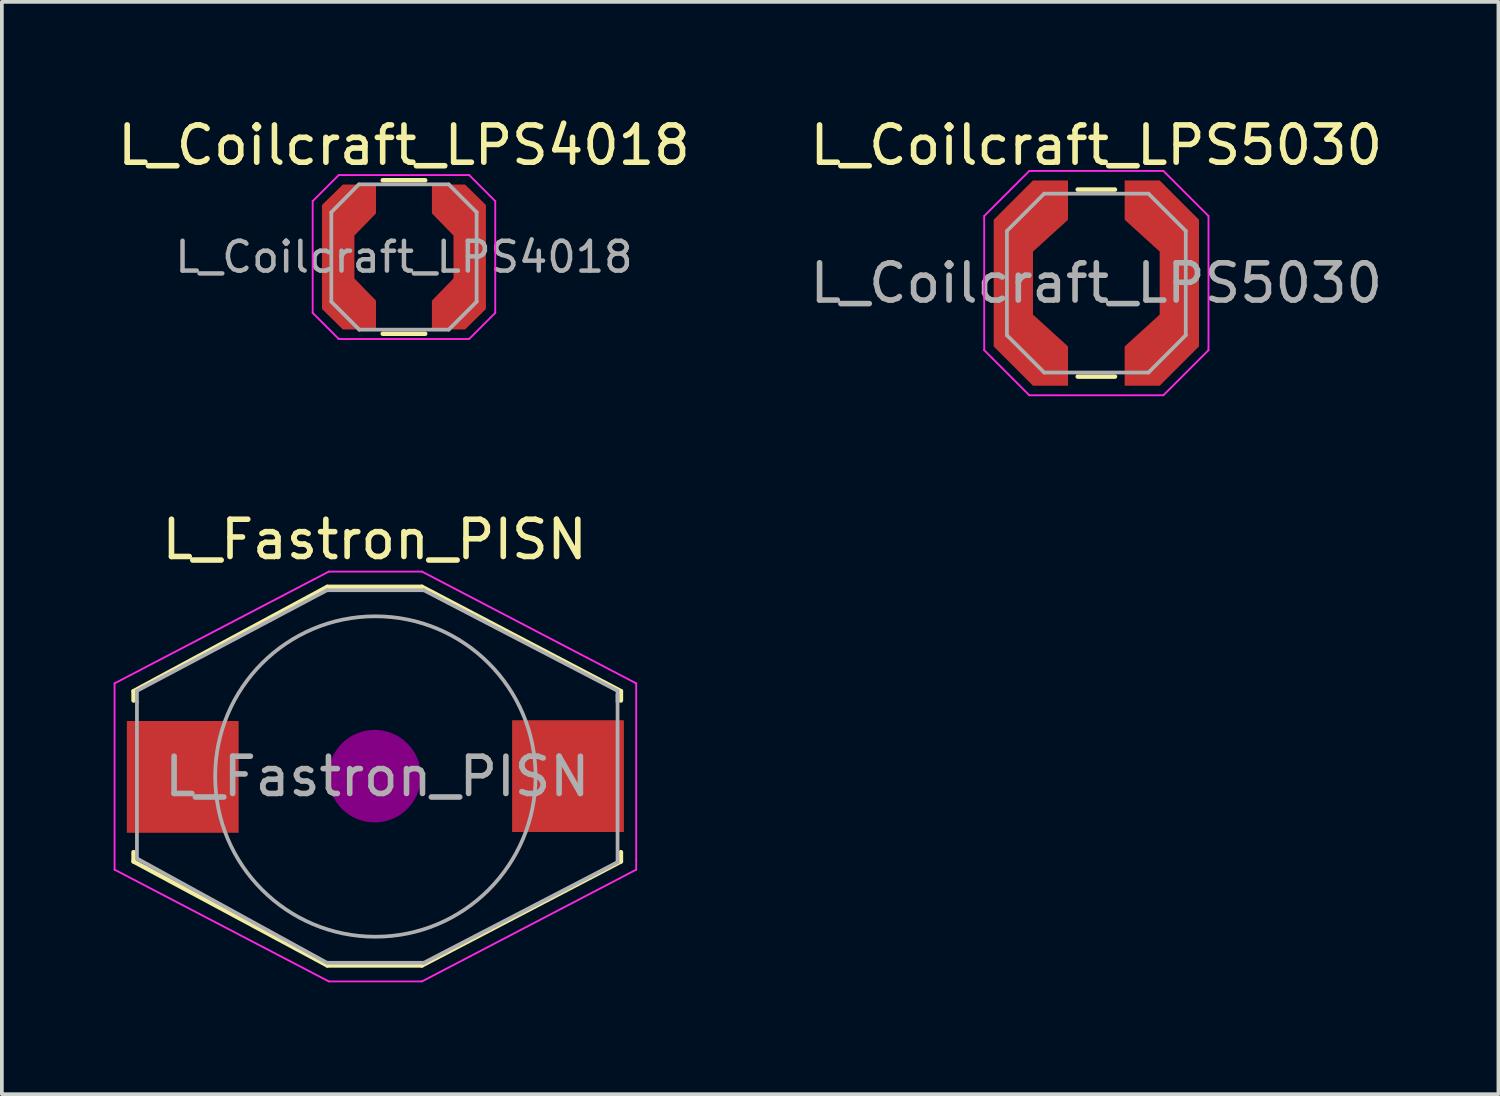
<source format=kicad_pcb>
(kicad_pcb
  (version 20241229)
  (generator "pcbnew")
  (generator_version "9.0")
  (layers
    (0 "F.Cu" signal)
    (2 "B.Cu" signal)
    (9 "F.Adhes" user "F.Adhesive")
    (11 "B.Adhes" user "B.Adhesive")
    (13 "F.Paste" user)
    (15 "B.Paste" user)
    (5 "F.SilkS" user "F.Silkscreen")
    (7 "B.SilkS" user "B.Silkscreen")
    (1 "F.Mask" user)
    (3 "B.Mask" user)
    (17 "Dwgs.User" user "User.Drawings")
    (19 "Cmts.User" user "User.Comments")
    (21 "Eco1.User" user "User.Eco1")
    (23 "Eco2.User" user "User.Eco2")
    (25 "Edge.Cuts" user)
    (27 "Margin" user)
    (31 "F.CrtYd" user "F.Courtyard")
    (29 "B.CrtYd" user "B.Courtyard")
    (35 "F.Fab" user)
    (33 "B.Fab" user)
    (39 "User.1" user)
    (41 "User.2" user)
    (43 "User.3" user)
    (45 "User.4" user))
  (footprint "L_Coilcraft_LPS5030"
    (layer "F.Cu")
    (at 26.375 4.548)
    (property "Reference" "L_Coilcraft_LPS5030" (at 0 -3.7 0) (layer "F.SilkS") (effects (font (size 1 1) (thickness 0.15))))
    (attr smd)
    (fp_line (start -0.5 -2.51) (end 0.5 -2.51) (stroke (width 0.12) (type solid)) (layer "F.SilkS"))
    (fp_line (start -0.5 2.51) (end 0.5 2.51) (stroke (width 0.12) (type solid)) (layer "F.SilkS"))
    (fp_line (start -3.01 -1.8) (end -1.8 -3.01) (stroke (width 0.05) (type solid)) (layer "F.CrtYd"))
    (fp_line (start -3.01 1.8) (end -3.01 -1.8) (stroke (width 0.05) (type solid)) (layer "F.CrtYd"))
    (fp_line (start -1.8 -3.01) (end 1.8 -3.01) (stroke (width 0.05) (type solid)) (layer "F.CrtYd"))
    (fp_line (start -1.8 3.01) (end -3.01 1.8) (stroke (width 0.05) (type solid)) (layer "F.CrtYd"))
    (fp_line (start 1.8 -3.01) (end 3.01 -1.8) (stroke (width 0.05) (type solid)) (layer "F.CrtYd"))
    (fp_line (start 1.8 3.01) (end -1.8 3.01) (stroke (width 0.05) (type solid)) (layer "F.CrtYd"))
    (fp_line (start 3.01 -1.8) (end 3.01 1.8) (stroke (width 0.05) (type solid)) (layer "F.CrtYd"))
    (fp_line (start 3.01 1.8) (end 1.8 3.01) (stroke (width 0.05) (type solid)) (layer "F.CrtYd"))
    (fp_line (start -2.4 -1.4) (end -1.4 -2.4) (stroke (width 0.1) (type solid)) (layer "F.Fab"))
    (fp_line (start -2.4 1.4) (end -2.4 -1.4) (stroke (width 0.1) (type solid)) (layer "F.Fab"))
    (fp_line (start -2.4 1.4) (end -1.4 2.4) (stroke (width 0.1) (type solid)) (layer "F.Fab"))
    (fp_line (start -1.4 -2.4) (end 1.4 -2.4) (stroke (width 0.1) (type solid)) (layer "F.Fab"))
    (fp_line (start 1.4 -2.4) (end 2.4 -1.4) (stroke (width 0.1) (type solid)) (layer "F.Fab"))
    (fp_line (start 1.4 2.4) (end -1.4 2.4) (stroke (width 0.1) (type solid)) (layer "F.Fab"))
    (fp_line (start 2.4 -1.4) (end 2.4 1.4) (stroke (width 0.1) (type solid)) (layer "F.Fab"))
    (fp_line (start 2.4 1.4) (end 1.4 2.4) (stroke (width 0.1) (type solid)) (layer "F.Fab"))
    (fp_text user "${REFERENCE}" (at 0 0 0) (layer "F.Fab") (effects (font (size 1 1) (thickness 0.15))))
    (pad "1" smd custom (at -2.228 0) (size 1.055 3.4) (layers "F.Cu" "F.Mask" "F.Paste") (options (anchor rect)) (primitives (gr_poly (pts (xy 1.468 -1.7) (xy 0.527 -0.845) (xy 0.527 0.845) (xy 1.468 1.7) (xy 1.468 2.755) (xy 0.527 2.755) (xy -0.527 1.7) (xy -0.527 -1.7) (xy 0.527 -2.755) (xy 1.468 -2.755)) (width 0) (fill yes))))
    (pad "2" smd custom (at 2.228 0) (size 1.055 3.4) (layers "F.Cu" "F.Mask" "F.Paste") (options (anchor rect)) (primitives (gr_poly (pts (xy -1.468 -1.7) (xy -0.527 -0.845) (xy -0.527 0.845) (xy -1.468 1.7) (xy -1.468 2.755) (xy -0.527 2.755) (xy 0.527 1.7) (xy 0.527 -1.7) (xy -0.527 -2.755) (xy -1.468 -2.755)) (width 0) (fill yes)))))
  (footprint "L_Fastron_PISN"
    (layer "F.Cu")
    (at 7.025 17.791)
    (property "Reference" "L_Fastron_PISN" (at -0.02 -6.36 0) (layer "F.SilkS") (effects (font (size 1 1) (thickness 0.15))))
    (attr smd)
    (fp_line (start -6.49 -2.29) (end -6.49 -2.04) (stroke (width 0.12) (type solid)) (layer "F.SilkS"))
    (fp_line (start -6.49 2.28) (end -6.49 2.03) (stroke (width 0.12) (type solid)) (layer "F.SilkS"))
    (fp_line (start -1.29 -5.09) (end -6.49 -2.29) (stroke (width 0.12) (type solid)) (layer "F.SilkS"))
    (fp_line (start -1.29 -5.09) (end 1.25 -5.09) (stroke (width 0.12) (type solid)) (layer "F.SilkS"))
    (fp_line (start -1.29 5.07) (end -6.49 2.28) (stroke (width 0.12) (type solid)) (layer "F.SilkS"))
    (fp_line (start -1.29 5.07) (end 1.25 5.07) (stroke (width 0.12) (type solid)) (layer "F.SilkS"))
    (fp_line (start 1.25 -5.09) (end 6.59 -2.29) (stroke (width 0.12) (type solid)) (layer "F.SilkS"))
    (fp_line (start 1.25 5.07) (end 6.59 2.28) (stroke (width 0.12) (type solid)) (layer "F.SilkS"))
    (fp_line (start 6.59 -2.29) (end 6.59 -2.04) (stroke (width 0.12) (type solid)) (layer "F.SilkS"))
    (fp_line (start 6.59 2.28) (end 6.59 2.03) (stroke (width 0.12) (type solid)) (layer "F.SilkS"))
    (fp_line (start -0.02 -0.26) (end -0.02 0.25) (stroke (width 0.38) (type solid)) (layer "F.Adhes"))
    (fp_circle (center -0.02 -0.01) (end -0.02 0.5) (stroke (width 0.38) (type solid)) (fill no) (layer "F.Adhes"))
    (fp_circle (center -0.02 -0.01) (end 0.24 -0.01) (stroke (width 0.38) (type solid)) (fill no) (layer "F.Adhes"))
    (fp_circle (center -0.02 -0.01) (end 0.24 0.76) (stroke (width 0.38) (type solid)) (fill no) (layer "F.Adhes"))
    (fp_circle (center -0.02 -0.01) (end 0.24 1.01) (stroke (width 0.38) (type solid)) (fill no) (layer "F.Adhes"))
    (fp_line (start -7 -2.5) (end -1.25 -5.5) (stroke (width 0.05) (type solid)) (layer "F.CrtYd"))
    (fp_line (start -7 2.5) (end -7 -2.5) (stroke (width 0.05) (type solid)) (layer "F.CrtYd"))
    (fp_line (start -1.25 -5.5) (end 1.25 -5.5) (stroke (width 0.05) (type solid)) (layer "F.CrtYd"))
    (fp_line (start -1.25 5.5) (end -7 2.5) (stroke (width 0.05) (type solid)) (layer "F.CrtYd"))
    (fp_line (start 1.25 -5.5) (end 7 -2.5) (stroke (width 0.05) (type solid)) (layer "F.CrtYd"))
    (fp_line (start 1.25 5.5) (end -1.25 5.5) (stroke (width 0.05) (type solid)) (layer "F.CrtYd"))
    (fp_line (start 7 -2.5) (end 7 2.25) (stroke (width 0.05) (type solid)) (layer "F.CrtYd"))
    (fp_line (start 7 2.25) (end 7 2.5) (stroke (width 0.05) (type solid)) (layer "F.CrtYd"))
    (fp_line (start 7 2.5) (end 1.25 5.5) (stroke (width 0.05) (type solid)) (layer "F.CrtYd"))
    (fp_line (start -6.4 -2.3) (end -1.3 -5) (stroke (width 0.1) (type solid)) (layer "F.Fab"))
    (fp_line (start -6.4 -2) (end -6.4 -2.3) (stroke (width 0.1) (type solid)) (layer "F.Fab"))
    (fp_line (start -6.4 -2) (end -6.4 2.2) (stroke (width 0.1) (type solid)) (layer "F.Fab"))
    (fp_line (start -6.4 2.2) (end -1.3 5) (stroke (width 0.1) (type solid)) (layer "F.Fab"))
    (fp_line (start -1.3 -5) (end 1.3 -5) (stroke (width 0.1) (type solid)) (layer "F.Fab"))
    (fp_line (start -1.3 5) (end 1.3 5) (stroke (width 0.1) (type solid)) (layer "F.Fab"))
    (fp_line (start 1.3 -5) (end 6.5 -2.3) (stroke (width 0.1) (type solid)) (layer "F.Fab"))
    (fp_line (start 1.3 5) (end 6.5 2.3) (stroke (width 0.1) (type solid)) (layer "F.Fab"))
    (fp_line (start 6.5 -2.3) (end 6.5 -2) (stroke (width 0.1) (type solid)) (layer "F.Fab"))
    (fp_line (start 6.5 2.3) (end 6.5 -2.2) (stroke (width 0.1) (type solid)) (layer "F.Fab"))
    (fp_circle (center 0 0) (end 0 -4.3) (stroke (width 0.1) (type solid)) (fill no) (layer "F.Fab"))
    (fp_text user "${REFERENCE}" (at 0.05 0 0) (layer "F.Fab") (effects (font (size 1 1) (thickness 0.15))))
    (pad "1" smd rect (at 5.17 -0.01) (size 3 3) (layers "F.Cu" "F.Mask" "F.Paste"))
    (pad "2" smd rect (at -5.17 0.01) (size 3 3) (layers "F.Cu" "F.Mask" "F.Paste")))
  (footprint "L_Coilcraft_LPS4018"
    (layer "F.Cu")
    (at 7.792 3.848)
    (property "Reference" "L_Coilcraft_LPS4018" (at 0 -3 0) (layer "F.SilkS") (effects (font (size 1 1) (thickness 0.15))))
    (attr smd)
    (fp_line (start -0.57 -2.06) (end 0.57 -2.06) (stroke (width 0.12) (type solid)) (layer "F.SilkS"))
    (fp_line (start -0.57 2.06) (end 0.57 2.06) (stroke (width 0.12) (type solid)) (layer "F.SilkS"))
    (fp_line (start -2.45 -1.5) (end -2.45 1.5) (stroke (width 0.05) (type solid)) (layer "F.CrtYd"))
    (fp_line (start -1.75 -2.2) (end -2.45 -1.5) (stroke (width 0.05) (type solid)) (layer "F.CrtYd"))
    (fp_line (start -1.75 -2.2) (end 1.75 -2.2) (stroke (width 0.05) (type solid)) (layer "F.CrtYd"))
    (fp_line (start -1.75 2.2) (end -2.45 1.5) (stroke (width 0.05) (type solid)) (layer "F.CrtYd"))
    (fp_line (start -1.75 2.2) (end 1.75 2.2) (stroke (width 0.05) (type solid)) (layer "F.CrtYd"))
    (fp_line (start 1.75 -2.2) (end 2.45 -1.5) (stroke (width 0.05) (type solid)) (layer "F.CrtYd"))
    (fp_line (start 1.75 2.2) (end 2.45 1.5) (stroke (width 0.05) (type solid)) (layer "F.CrtYd"))
    (fp_line (start 2.45 -1.5) (end 2.45 1.5) (stroke (width 0.05) (type solid)) (layer "F.CrtYd"))
    (fp_line (start -1.95 -1.2) (end -1.21 -1.95) (stroke (width 0.1) (type solid)) (layer "F.Fab"))
    (fp_line (start -1.95 1.2) (end -1.95 -1.2) (stroke (width 0.1) (type solid)) (layer "F.Fab"))
    (fp_line (start -1.95 1.2) (end -1.2 1.95) (stroke (width 0.1) (type solid)) (layer "F.Fab"))
    (fp_line (start -1.2 -1.95) (end 1.2 -1.95) (stroke (width 0.1) (type solid)) (layer "F.Fab"))
    (fp_line (start 1.2 -1.95) (end 1.95 -1.2) (stroke (width 0.1) (type solid)) (layer "F.Fab"))
    (fp_line (start 1.2 1.95) (end -1.2 1.95) (stroke (width 0.1) (type solid)) (layer "F.Fab"))
    (fp_line (start 1.2 1.95) (end 1.95 1.2) (stroke (width 0.1) (type solid)) (layer "F.Fab"))
    (fp_line (start 1.95 -1.2) (end 1.95 1.2) (stroke (width 0.1) (type solid)) (layer "F.Fab"))
    (fp_text user "${REFERENCE}" (at 0 0 0) (layer "F.Fab") (effects (font (size 0.8 0.8) (thickness 0.12))))
    (pad "1" smd custom (at -1.765 0) (size 0.87 2.79) (layers "F.Cu" "F.Mask" "F.Paste") (options (anchor rect)) (primitives (gr_poly (pts (xy -0.435 -1.395) (xy 0.125 -1.945) (xy 1.015 -1.945) (xy 1.015 -1.17) (xy 0.435 -0.575) (xy 0.435 0.575) (xy 1.015 1.17) (xy 1.015 1.945) (xy 0.125 1.945) (xy -0.435 1.395)) (width 0) (fill yes))))
    (pad "2" smd custom (at 1.765 0) (size 0.87 2.79) (layers "F.Cu" "F.Mask" "F.Paste") (options (anchor rect)) (primitives (gr_poly (pts (xy 0.435 -1.395) (xy -0.125 -1.945) (xy -1.015 -1.945) (xy -1.015 -1.17) (xy -0.435 -0.575) (xy -0.435 0.575) (xy -1.015 1.17) (xy -1.015 1.945) (xy -0.125 1.945) (xy 0.435 1.395)) (width 0) (fill yes)))))
  (gr_rect
    (start -3 -3)
    (end 37.167 26.317)
    (stroke (width 0.1) (type default))
    (fill no)
    (layer "Edge.Cuts")))
</source>
